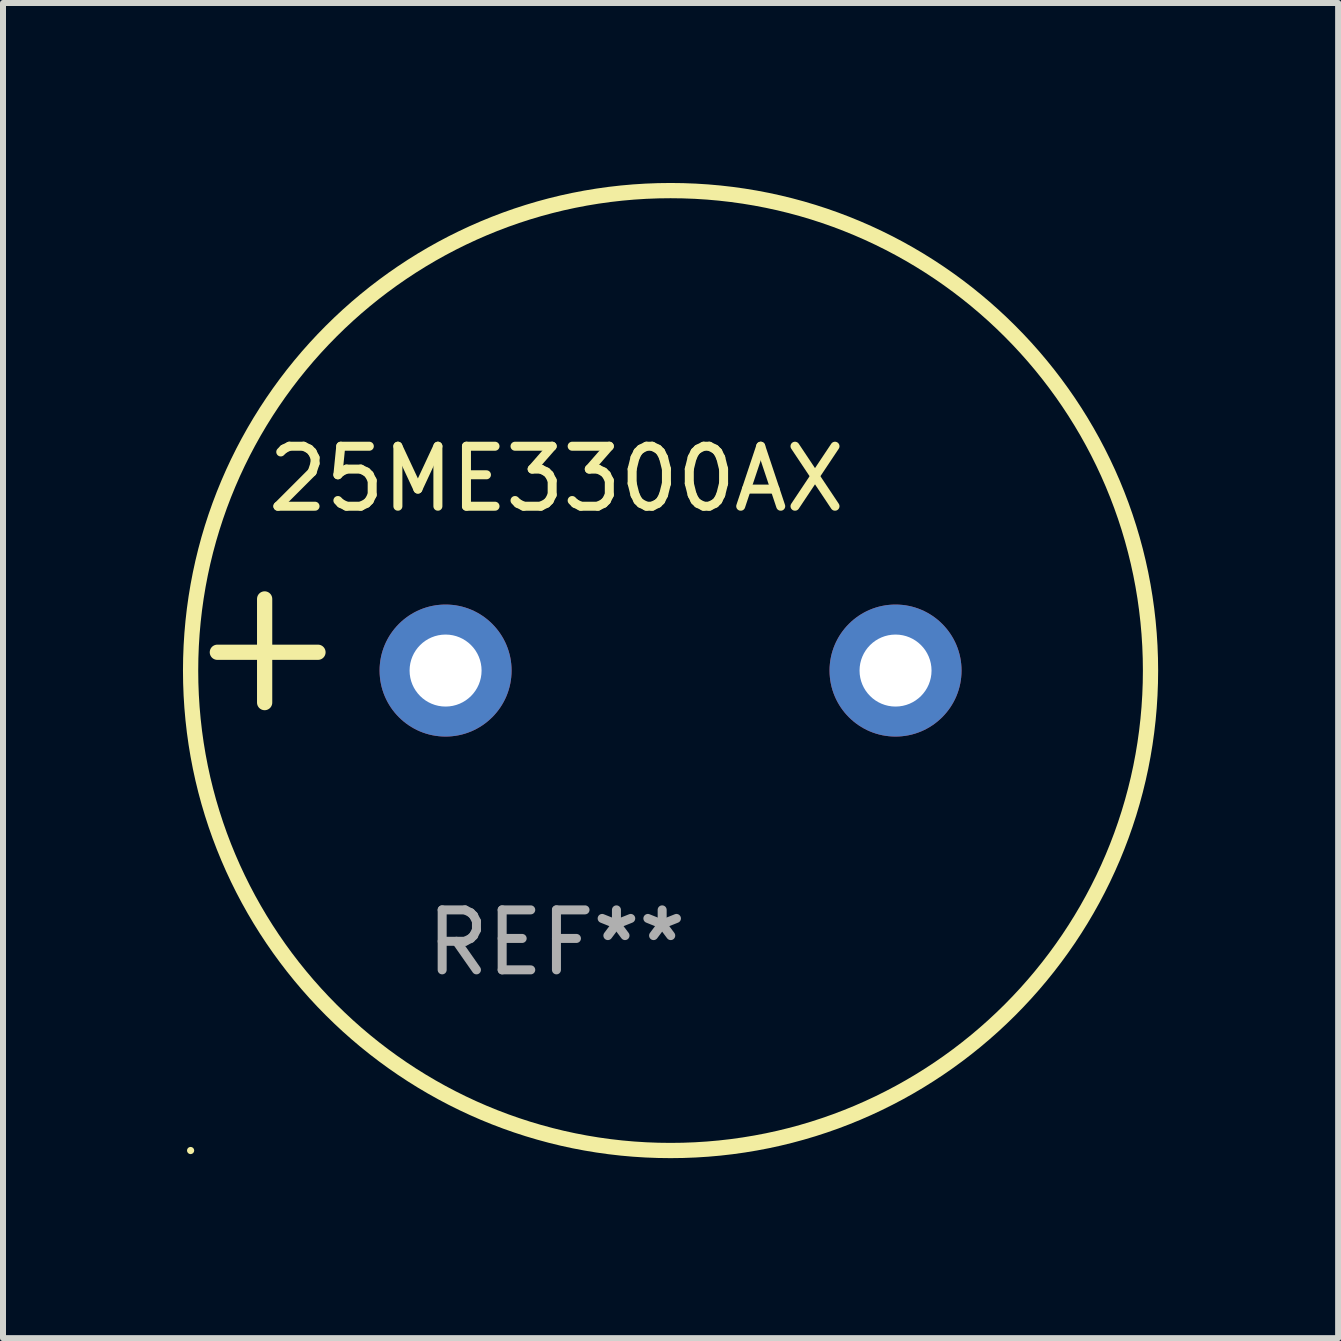
<source format=kicad_pcb>
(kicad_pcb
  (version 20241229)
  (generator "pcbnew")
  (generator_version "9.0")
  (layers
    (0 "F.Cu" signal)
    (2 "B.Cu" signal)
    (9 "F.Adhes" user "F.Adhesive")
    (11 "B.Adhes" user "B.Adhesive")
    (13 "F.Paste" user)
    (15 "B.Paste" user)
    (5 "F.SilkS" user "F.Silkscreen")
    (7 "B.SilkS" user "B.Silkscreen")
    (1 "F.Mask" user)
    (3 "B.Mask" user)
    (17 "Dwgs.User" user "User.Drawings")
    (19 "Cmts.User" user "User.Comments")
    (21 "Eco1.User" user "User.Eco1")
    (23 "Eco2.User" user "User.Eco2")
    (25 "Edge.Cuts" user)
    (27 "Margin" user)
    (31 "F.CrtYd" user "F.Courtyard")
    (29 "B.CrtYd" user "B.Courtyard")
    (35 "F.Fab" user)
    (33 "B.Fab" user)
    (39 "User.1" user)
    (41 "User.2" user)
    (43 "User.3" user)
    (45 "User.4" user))
  (footprint "25ME3300AX"
    (layer "F.Cu")
    (at 6.225 7.797)
    (property "Reference" "25ME3300AX" (at 0 -2.864 0) (layer "F.SilkS") (effects (font (size 1 1) (thickness 0.15))))
    (attr through_hole)
    (fp_line (start -4.864 0.864) (end -4.864 -0.864) (stroke (width 0.254) (type solid)) (layer "F.SilkS"))
    (fp_line (start -3.975 0.025) (end -5.652 0.025) (stroke (width 0.254) (type solid)) (layer "F.SilkS"))
    (fp_circle (center -6.098 8.33) (end -6.068 8.33) (stroke (width 0.06) (type solid)) (fill no) (layer "F.SilkS"))
    (fp_circle (center 1.902 0.33) (end 9.902 0.33) (stroke (width 0.254) (type solid)) (fill no) (layer "F.SilkS"))
    (fp_text user "REF**" (at 0 4.864 0) (layer "F.Fab") (effects (font (size 1 1) (thickness 0.15))))
    (pad "1" thru_hole circle (at -1.848 0.33) (size 2.2 2.2) (drill 1.2) (layers "*.Cu" "*.Mask"))
    (pad "2" thru_hole circle (at 5.652 0.33) (size 2.2 2.2) (drill 1.2) (layers "*.Cu" "*.Mask")))
  (gr_rect
    (start -3 -3)
    (end 19.254 19.254)
    (stroke (width 0.1) (type default))
    (fill no)
    (layer "Edge.Cuts")))
</source>
